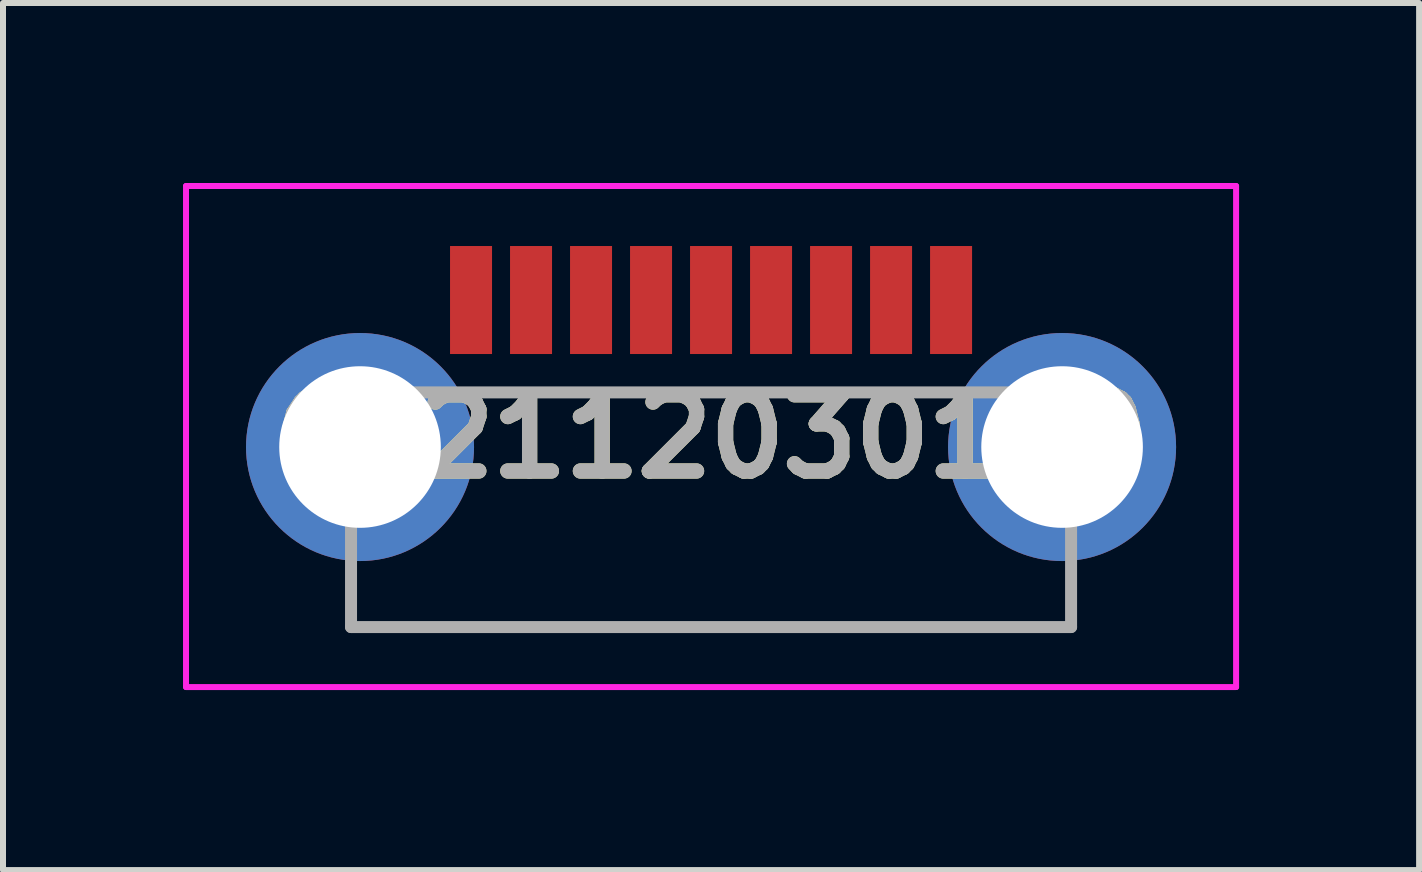
<source format=kicad_pcb>
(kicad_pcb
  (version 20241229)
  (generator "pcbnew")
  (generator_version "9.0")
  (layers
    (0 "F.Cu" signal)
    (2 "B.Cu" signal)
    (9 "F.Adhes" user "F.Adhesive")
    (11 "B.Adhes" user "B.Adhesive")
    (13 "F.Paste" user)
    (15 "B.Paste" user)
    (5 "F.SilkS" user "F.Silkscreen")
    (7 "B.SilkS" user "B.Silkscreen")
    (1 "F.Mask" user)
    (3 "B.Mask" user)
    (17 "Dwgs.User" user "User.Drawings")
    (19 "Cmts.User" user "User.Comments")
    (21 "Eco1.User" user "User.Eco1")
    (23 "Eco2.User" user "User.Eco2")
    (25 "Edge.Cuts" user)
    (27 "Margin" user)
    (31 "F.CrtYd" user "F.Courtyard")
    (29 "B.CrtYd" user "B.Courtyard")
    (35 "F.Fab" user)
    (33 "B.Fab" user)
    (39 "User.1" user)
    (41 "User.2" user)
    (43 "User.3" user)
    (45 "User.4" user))
  (footprint "692112030100"
    (layer "F.Cu")
    (at 8.8 4.225)
    (property "Reference" "692112030100" (at 0 0 0) (layer "F.SilkS") (effects (font (size 1.27 1.27) (thickness 0.254))))
    (attr through_hole)
    (fp_line (start -6 2.715) (end -6 3.175) (stroke (width 0.1) (type solid)) (layer "F.SilkS"))
    (fp_line (start -6 3.175) (end 6 3.175) (stroke (width 0.1) (type solid)) (layer "F.SilkS"))
    (fp_line (start -3 -0.735) (end 3 -0.735) (stroke (width 0.1) (type solid)) (layer "F.SilkS"))
    (fp_line (start 6 3.175) (end 6 2.715) (stroke (width 0.1) (type solid)) (layer "F.SilkS"))
    (fp_line (start -8.75 -4.175) (end 8.75 -4.175) (stroke (width 0.1) (type solid)) (layer "F.CrtYd"))
    (fp_line (start -8.75 4.175) (end -8.75 -4.175) (stroke (width 0.1) (type solid)) (layer "F.CrtYd"))
    (fp_line (start 8.75 -4.175) (end 8.75 4.175) (stroke (width 0.1) (type solid)) (layer "F.CrtYd"))
    (fp_line (start 8.75 4.175) (end -8.75 4.175) (stroke (width 0.1) (type solid)) (layer "F.CrtYd"))
    (fp_line (start -6 -0.735) (end 6 -0.735) (stroke (width 0.2) (type solid)) (layer "F.Fab"))
    (fp_line (start -6 3.175) (end -6 -0.735) (stroke (width 0.2) (type solid)) (layer "F.Fab"))
    (fp_line (start 6 -0.735) (end 6 3.175) (stroke (width 0.2) (type solid)) (layer "F.Fab"))
    (fp_line (start 6 3.175) (end -6 3.175) (stroke (width 0.2) (type solid)) (layer "F.Fab"))
    (fp_text user "${REFERENCE}" (at 0 0 0) (layer "F.Fab") (effects (font (size 1.27 1.27) (thickness 0.254))))
    (pad "" np_thru_hole circle (at -2.25 0.175) (size 0.001 0.001) (drill 1.1) (layers "*.Cu" "*.Mask"))
    (pad "" np_thru_hole circle (at 2.25 0.175) (size 0.001 0.001) (drill 1.1) (layers "*.Cu" "*.Mask"))
    (pad "1" smd rect (at 4 -2.275) (size 0.7 1.8) (layers "F.Cu" "F.Mask" "F.Paste"))
    (pad "2" smd rect (at 3 -2.275) (size 0.7 1.8) (layers "F.Cu" "F.Mask" "F.Paste"))
    (pad "3" smd rect (at 2 -2.275) (size 0.7 1.8) (layers "F.Cu" "F.Mask" "F.Paste"))
    (pad "4" smd rect (at 1 -2.275) (size 0.7 1.8) (layers "F.Cu" "F.Mask" "F.Paste"))
    (pad "5" smd rect (at 0 -2.275) (size 0.7 1.8) (layers "F.Cu" "F.Mask" "F.Paste"))
    (pad "6" smd rect (at -1 -2.275) (size 0.7 1.8) (layers "F.Cu" "F.Mask" "F.Paste"))
    (pad "7" smd rect (at -2 -2.275) (size 0.7 1.8) (layers "F.Cu" "F.Mask" "F.Paste"))
    (pad "8" smd rect (at -3 -2.275) (size 0.7 1.8) (layers "F.Cu" "F.Mask" "F.Paste"))
    (pad "9" smd rect (at -4 -2.275) (size 0.7 1.8) (layers "F.Cu" "F.Mask" "F.Paste"))
    (pad "10" thru_hole circle (at -5.85 0.175) (size 3.8 3.8) (drill 2.693) (layers "*.Cu" "*.Mask"))
    (pad "11" thru_hole circle (at 5.85 0.175) (size 3.8 3.8) (drill 2.693) (layers "*.Cu" "*.Mask")))
  (gr_rect
    (start -3 -3)
    (end 20.6 11.45)
    (stroke (width 0.1) (type default))
    (fill no)
    (layer "Edge.Cuts")))
</source>
